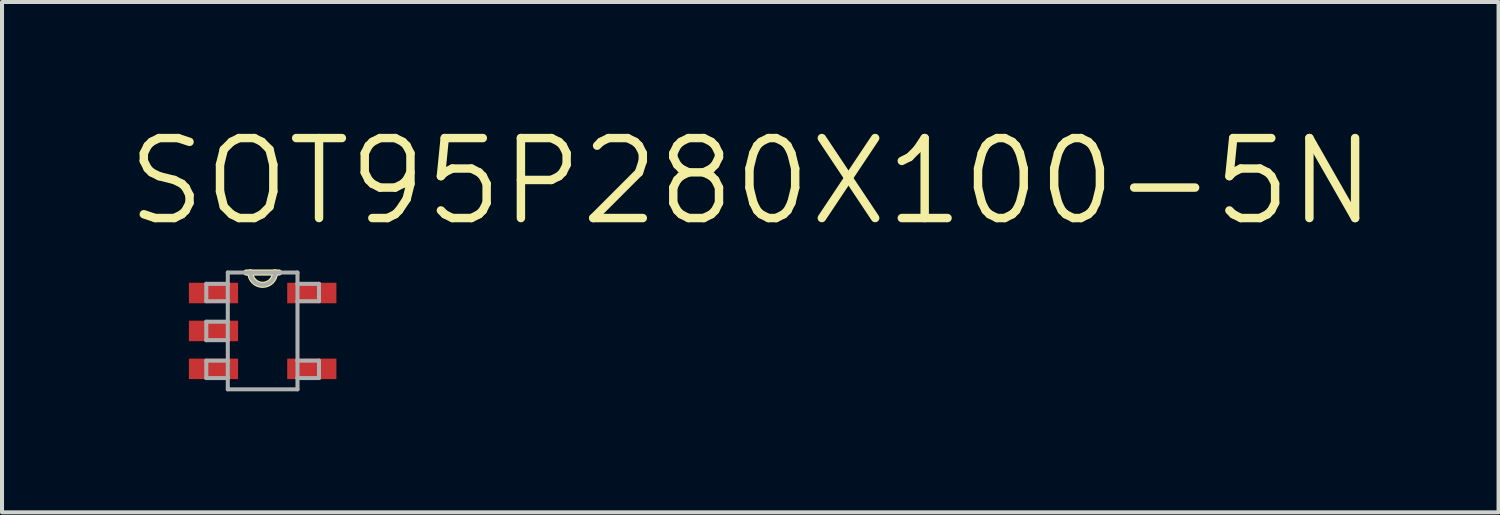
<source format=kicad_pcb>
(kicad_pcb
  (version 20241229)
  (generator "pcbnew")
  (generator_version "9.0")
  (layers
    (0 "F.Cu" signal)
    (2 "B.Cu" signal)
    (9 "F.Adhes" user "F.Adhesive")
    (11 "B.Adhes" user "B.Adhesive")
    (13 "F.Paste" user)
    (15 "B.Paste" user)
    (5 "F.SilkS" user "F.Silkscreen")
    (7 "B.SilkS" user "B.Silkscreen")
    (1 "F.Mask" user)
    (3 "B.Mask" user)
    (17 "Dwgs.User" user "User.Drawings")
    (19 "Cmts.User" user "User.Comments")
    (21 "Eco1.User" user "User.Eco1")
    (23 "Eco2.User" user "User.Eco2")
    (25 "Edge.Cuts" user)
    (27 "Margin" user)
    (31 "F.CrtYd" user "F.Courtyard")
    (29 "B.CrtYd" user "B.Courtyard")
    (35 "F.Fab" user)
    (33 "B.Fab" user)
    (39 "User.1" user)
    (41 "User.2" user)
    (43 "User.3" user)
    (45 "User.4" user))
  (footprint "SOT95P280X100-5N"
    (layer "F.Cu")
    (at 3.461 5.154)
    (property "Reference" "SOT95P280X100-5N" (at -3.461 -2.545 0) (layer "F.SilkS") (effects (font (size 1.983 1.983) (thickness 0.209)) (justify left bottom)))
    (attr through_hole)
    (fp_line (start -0.305 -1.448) (end -0.406 -1.448) (stroke (width 0.152) (type solid)) (layer "F.SilkS"))
    (fp_line (start 0.305 -1.448) (end -0.305 -1.448) (stroke (width 0.152) (type solid)) (layer "F.SilkS"))
    (fp_line (start 0.406 -1.448) (end 0.305 -1.448) (stroke (width 0.152) (type solid)) (layer "F.SilkS"))
    (fp_arc (start 0.3048 -1.4478) (mid 0 -1.143) (end -0.3048 -1.4478) (stroke (width 0.1524) (type solid)) (layer "F.SilkS"))
    (fp_line (start -1.397 -1.168) (end -1.397 -0.737) (stroke (width 0.1) (type solid)) (layer "F.Fab"))
    (fp_line (start -1.397 -0.737) (end -0.864 -0.737) (stroke (width 0.1) (type solid)) (layer "F.Fab"))
    (fp_line (start -1.397 -0.229) (end -1.397 0.229) (stroke (width 0.1) (type solid)) (layer "F.Fab"))
    (fp_line (start -1.397 0.229) (end -0.864 0.229) (stroke (width 0.1) (type solid)) (layer "F.Fab"))
    (fp_line (start -1.397 0.737) (end -1.397 1.168) (stroke (width 0.1) (type solid)) (layer "F.Fab"))
    (fp_line (start -1.397 1.168) (end -0.864 1.168) (stroke (width 0.1) (type solid)) (layer "F.Fab"))
    (fp_line (start -0.864 -1.448) (end -0.864 -1.168) (stroke (width 0.1) (type solid)) (layer "F.Fab"))
    (fp_line (start -0.864 -1.168) (end -1.397 -1.168) (stroke (width 0.1) (type solid)) (layer "F.Fab"))
    (fp_line (start -0.864 -1.168) (end -0.864 -0.737) (stroke (width 0.1) (type solid)) (layer "F.Fab"))
    (fp_line (start -0.864 -0.737) (end -0.864 -0.229) (stroke (width 0.1) (type solid)) (layer "F.Fab"))
    (fp_line (start -0.864 -0.229) (end -1.397 -0.229) (stroke (width 0.1) (type solid)) (layer "F.Fab"))
    (fp_line (start -0.864 -0.229) (end -0.864 0.229) (stroke (width 0.1) (type solid)) (layer "F.Fab"))
    (fp_line (start -0.864 0.229) (end -0.864 0.737) (stroke (width 0.1) (type solid)) (layer "F.Fab"))
    (fp_line (start -0.864 0.737) (end -1.397 0.737) (stroke (width 0.1) (type solid)) (layer "F.Fab"))
    (fp_line (start -0.864 1.168) (end -0.864 0.737) (stroke (width 0.1) (type solid)) (layer "F.Fab"))
    (fp_line (start -0.864 1.448) (end -0.864 1.168) (stroke (width 0.1) (type solid)) (layer "F.Fab"))
    (fp_line (start -0.864 1.448) (end 0.864 1.448) (stroke (width 0.1) (type solid)) (layer "F.Fab"))
    (fp_line (start -0.305 -1.448) (end -0.864 -1.448) (stroke (width 0.1) (type solid)) (layer "F.Fab"))
    (fp_line (start 0.305 -1.448) (end -0.305 -1.448) (stroke (width 0.1) (type solid)) (layer "F.Fab"))
    (fp_line (start 0.864 -1.448) (end 0.305 -1.448) (stroke (width 0.1) (type solid)) (layer "F.Fab"))
    (fp_line (start 0.864 -1.448) (end 0.864 -1.168) (stroke (width 0.1) (type solid)) (layer "F.Fab"))
    (fp_line (start 0.864 -1.168) (end 0.864 -0.737) (stroke (width 0.1) (type solid)) (layer "F.Fab"))
    (fp_line (start 0.864 -0.737) (end 1.397 -0.737) (stroke (width 0.1) (type solid)) (layer "F.Fab"))
    (fp_line (start 0.864 0.737) (end 0.864 -0.737) (stroke (width 0.1) (type solid)) (layer "F.Fab"))
    (fp_line (start 0.864 1.168) (end 0.864 0.737) (stroke (width 0.1) (type solid)) (layer "F.Fab"))
    (fp_line (start 0.864 1.168) (end 1.397 1.168) (stroke (width 0.1) (type solid)) (layer "F.Fab"))
    (fp_line (start 0.864 1.448) (end 0.864 1.168) (stroke (width 0.1) (type solid)) (layer "F.Fab"))
    (fp_line (start 1.397 -1.168) (end 0.864 -1.168) (stroke (width 0.1) (type solid)) (layer "F.Fab"))
    (fp_line (start 1.397 -0.737) (end 1.397 -1.168) (stroke (width 0.1) (type solid)) (layer "F.Fab"))
    (fp_line (start 1.397 0.737) (end 0.864 0.737) (stroke (width 0.1) (type solid)) (layer "F.Fab"))
    (fp_line (start 1.397 1.168) (end 1.397 0.737) (stroke (width 0.1) (type solid)) (layer "F.Fab"))
    (fp_arc (start 0.3048 -1.4478) (mid 0 -1.143) (end -0.3048 -1.4478) (stroke (width 0.1) (type solid)) (layer "F.Fab"))
    (pad "1" smd rect (at -1.219 -0.94) (size 1.219 0.508) (layers "F.Cu" "F.Mask" "F.Paste"))
    (pad "2" smd rect (at -1.219 0) (size 1.219 0.508) (layers "F.Cu" "F.Mask" "F.Paste"))
    (pad "3" smd rect (at -1.219 0.94) (size 1.219 0.508) (layers "F.Cu" "F.Mask" "F.Paste"))
    (pad "4" smd rect (at 1.219 0.94) (size 1.219 0.508) (layers "F.Cu" "F.Mask" "F.Paste"))
    (pad "5" smd rect (at 1.219 -0.94) (size 1.219 0.508) (layers "F.Cu" "F.Mask" "F.Paste")))
  (gr_rect
    (start -3 -3)
    (end 34.1 9.651)
    (stroke (width 0.1) (type default))
    (fill no)
    (layer "Edge.Cuts")))
</source>
